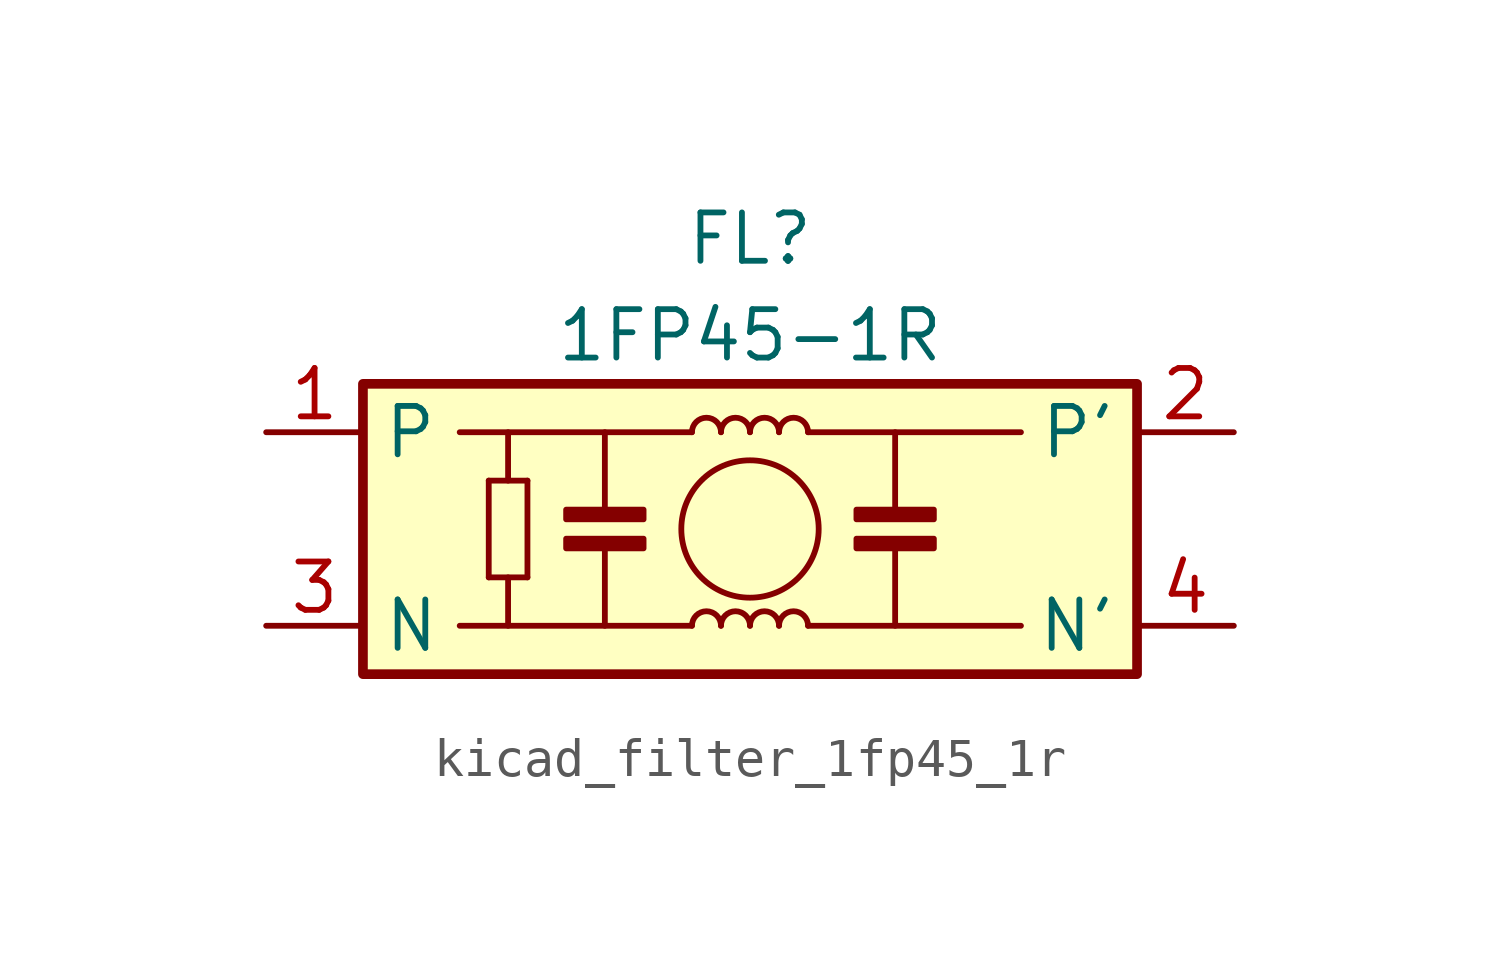
<source format=kicad_sym>
(kicad_symbol_lib
  (version 20220914)
  (generator kicad_symbol_editor)
  (symbol "kicad_filter_1fp45_1r"
    (property "Reference" "FL"
      (at 0 7.62 0)
      (effects (font (size 1.27 1.27))))
    (property "Value" "1FP45-1R"
      (at 0 5.08 0)
      (effects (font (size 1.27 1.27))))
    (symbol "kicad_filter_1fp45_1r_1_1"
      (rectangle (start -10.16 3.81) (end 10.16 -3.81) (stroke (width 0.254) (type default)) (fill (type background)))
      (rectangle (start -4.826 -0.254) (end -2.794 -0.508) (stroke (width 0) (type default)) (fill (type outline)))
      (rectangle (start -4.826 0.254) (end -2.794 0.508) (stroke (width 0) (type default)) (fill (type outline)))
      (arc (start -0.762 -2.54) (mid -1.143 -2.1606) (end -1.524 -2.54) (stroke (width 0) (type default)) (fill (type none)))
      (arc (start -0.762 2.54) (mid -1.143 2.9194) (end -1.524 2.54) (stroke (width 0) (type default)) (fill (type none)))
      (arc (start 0 -2.54) (mid -0.381 -2.1606) (end -0.762 -2.54) (stroke (width 0) (type default)) (fill (type none)))
      (polyline (pts (xy -6.858 -1.27) (xy -6.858 1.27)) (stroke (width 0) (type default)) (fill (type none)))
      (polyline (pts (xy -6.858 -1.27) (xy -5.842 -1.27)) (stroke (width 0) (type default)) (fill (type none)))
      (polyline (pts (xy -6.858 1.27) (xy -5.842 1.27)) (stroke (width 0) (type default)) (fill (type none)))
      (polyline (pts (xy -6.35 -1.27) (xy -6.35 -2.54)) (stroke (width 0) (type default)) (fill (type none)))
      (polyline (pts (xy -6.35 1.27) (xy -6.35 2.54)) (stroke (width 0) (type default)) (fill (type none)))
      (polyline (pts (xy -5.842 -1.27) (xy -5.842 1.27)) (stroke (width 0) (type default)) (fill (type none)))
      (polyline (pts (xy -3.81 -0.508) (xy -3.81 -2.54)) (stroke (width 0) (type default)) (fill (type none)))
      (polyline (pts (xy -3.81 0.508) (xy -3.81 2.54)) (stroke (width 0) (type default)) (fill (type none)))
      (polyline (pts (xy -1.524 -2.54) (xy -7.62 -2.54)) (stroke (width 0) (type default)) (fill (type none)))
      (polyline (pts (xy -1.524 2.54) (xy -7.62 2.54)) (stroke (width 0) (type default)) (fill (type none)))
      (polyline (pts (xy 1.524 -2.54) (xy 7.112 -2.54)) (stroke (width 0) (type default)) (fill (type none)))
      (polyline (pts (xy 3.81 -0.508) (xy 3.81 -2.54)) (stroke (width 0) (type default)) (fill (type none)))
      (polyline (pts (xy 3.81 0.508) (xy 3.81 2.54)) (stroke (width 0) (type default)) (fill (type none)))
      (polyline (pts (xy 7.112 2.54) (xy 1.524 2.54)) (stroke (width 0) (type default)) (fill (type none)))
      (circle (center 0 0) (radius 1.803) (stroke (width 0) (type default)) (fill (type none)))
      (arc (start 0 2.54) (mid -0.381 2.9194) (end -0.762 2.54) (stroke (width 0) (type default)) (fill (type none)))
      (arc (start 0.762 -2.54) (mid 0.381 -2.1606) (end 0 -2.54) (stroke (width 0) (type default)) (fill (type none)))
      (arc (start 0.762 2.54) (mid 0.381 2.9194) (end 0 2.54) (stroke (width 0) (type default)) (fill (type none)))
      (arc (start 1.524 -2.54) (mid 1.143 -2.1606) (end 0.762 -2.54) (stroke (width 0) (type default)) (fill (type none)))
      (arc (start 1.524 2.54) (mid 1.143 2.9194) (end 0.762 2.54) (stroke (width 0) (type default)) (fill (type none)))
      (rectangle (start 2.794 -0.254) (end 4.826 -0.508) (stroke (width 0) (type default)) (fill (type outline)))
      (rectangle (start 2.794 0.254) (end 4.826 0.508) (stroke (width 0) (type default)) (fill (type outline)))
      (pin passive line (at -12.7 2.54 0) (length 2.54) (name "P" (effects (font (size 1.27 1.27)))) (number "1" (effects (font (size 1.27 1.27)))))
      (pin passive line (at 12.7 2.54 180) (length 2.54) (name "P'" (effects (font (size 1.27 1.27)))) (number "2" (effects (font (size 1.27 1.27)))))
      (pin passive line (at -12.7 -2.54 0) (length 2.54) (name "N" (effects (font (size 1.27 1.27)))) (number "3" (effects (font (size 1.27 1.27)))))
      (pin passive line (at 12.7 -2.54 180) (length 2.54) (name "N'" (effects (font (size 1.27 1.27)))) (number "4" (effects (font (size 1.27 1.27))))))))
</source>
